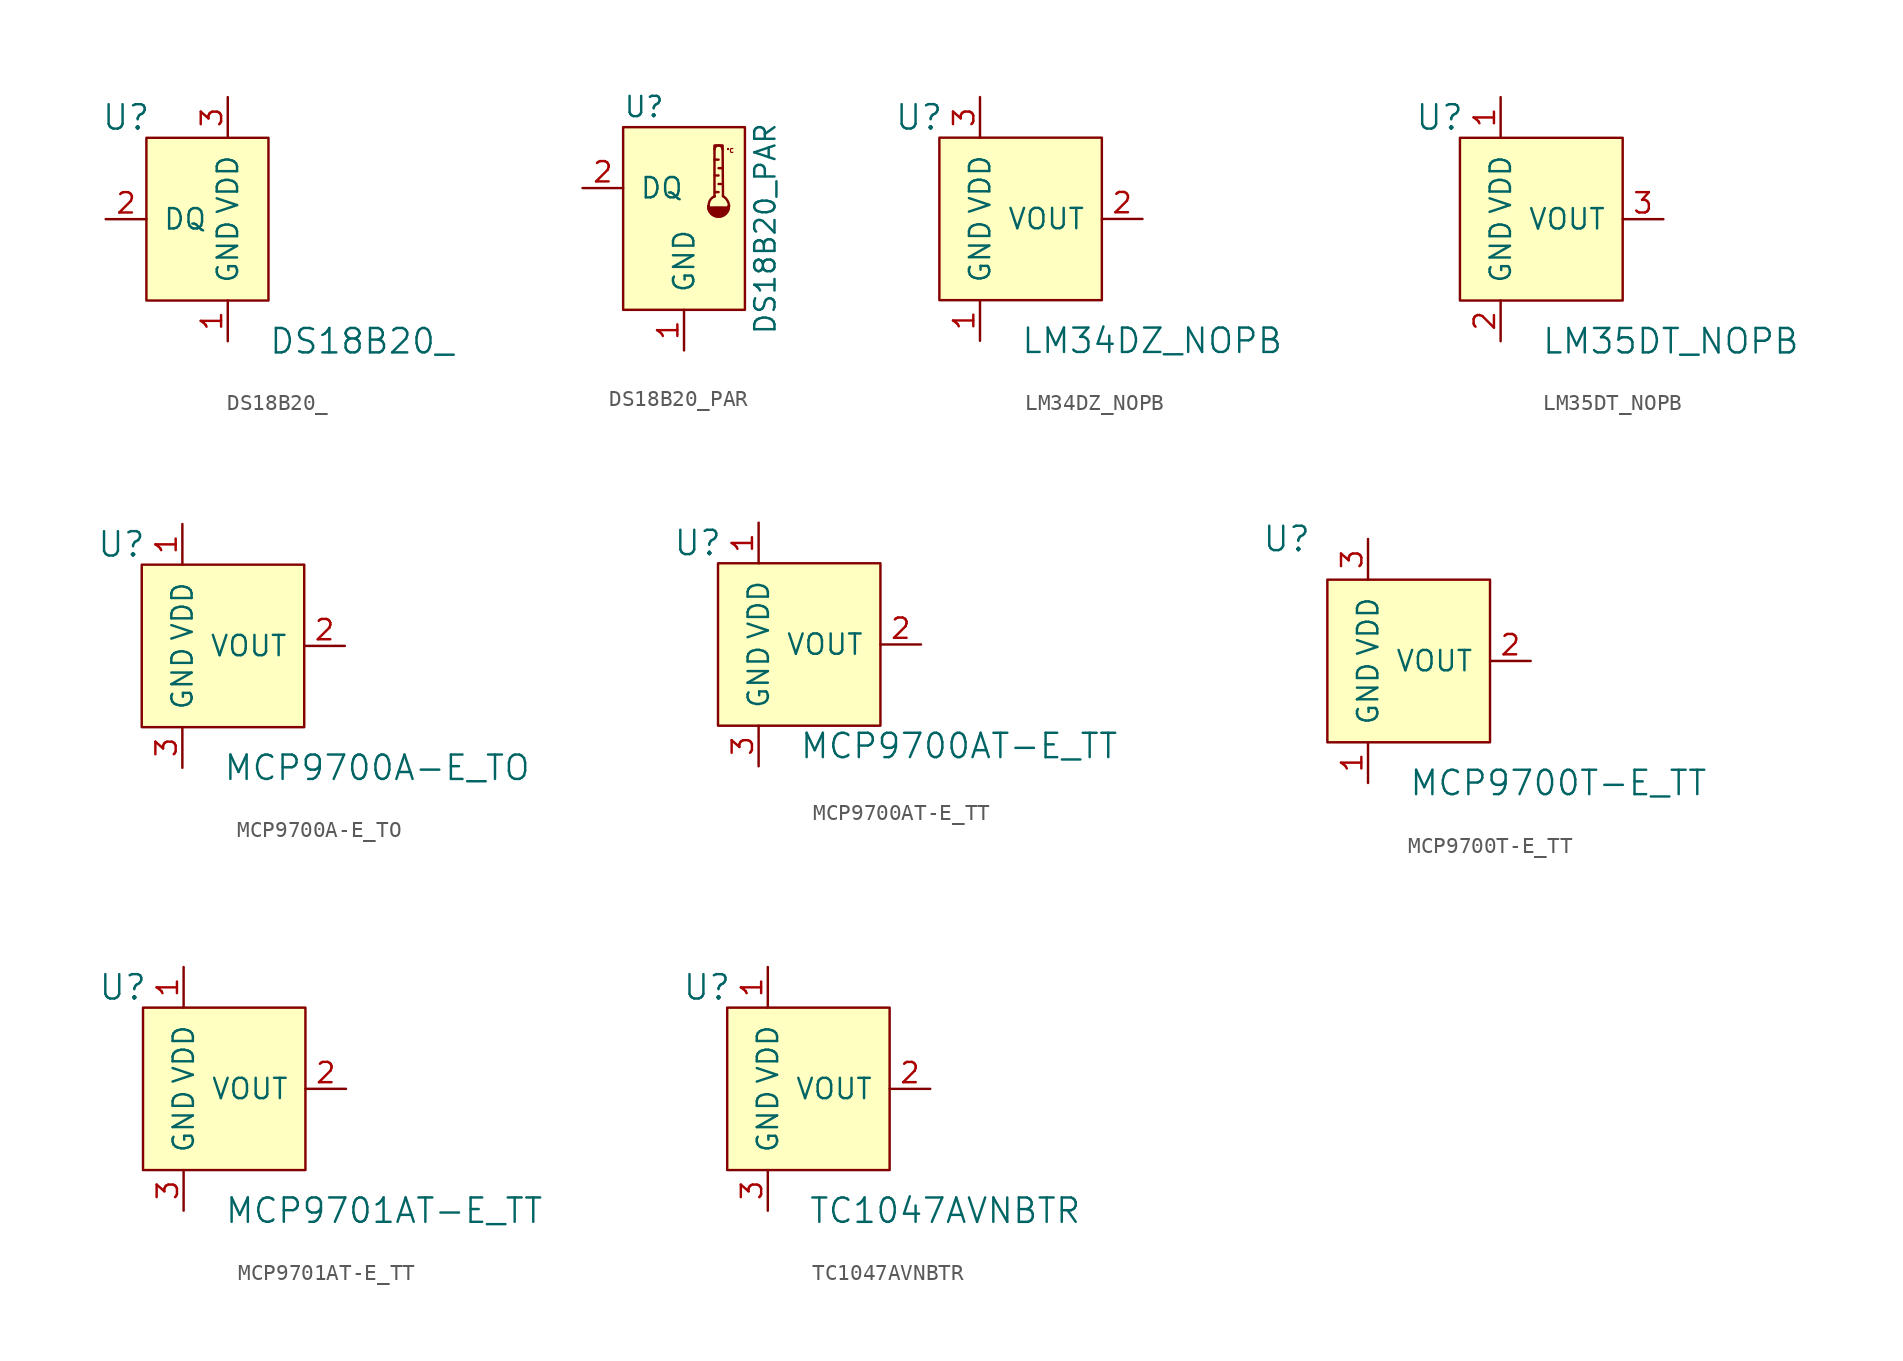
<source format=kicad_sym>
(kicad_symbol_lib
  (version 20220914)
  (generator kicad_symbol_editor)
  (symbol "DS18B20_"
    (pin_names
      (offset 1.016))
    (property "Reference" "U"
      (at -6.35 6.35 0)
      (effects (font (size 1.524 1.524))))
    (property "Value" "DS18B20_"
      (at 2.54 -7.62 0)
      (effects (font (size 1.524 1.524)) (justify left)))
    (symbol "DS18B20__0_1"
      (rectangle (start -5.08 5.08) (end 2.54 -5.08) (stroke (width 0) (type solid)) (fill (type background))))
    (symbol "DS18B20__1_1"
      (pin power_in line (at 0 -7.62 90) (length 2.54) (name "GND" (effects (font (size 1.27 1.27)))) (number "1" (effects (font (size 1.27 1.27)))))
      (pin bidirectional line (at -7.62 0 0) (length 2.54) (name "DQ" (effects (font (size 1.27 1.27)))) (number "2" (effects (font (size 1.27 1.27)))))
      (pin power_in line (at 0 7.62 270) (length 2.54) (name "VDD" (effects (font (size 1.27 1.27)))) (number "3" (effects (font (size 1.27 1.27)))))))
  (symbol "DS18B20_PAR"
    (pin_names
      (offset 1.016))
    (property "Reference" "U"
      (at -3.81 8.89 0)
      (effects (font (size 1.27 1.27)) (justify left)))
    (property "Value" "DS18B20_PAR"
      (at 5.08 1.27 90)
      (effects (font (size 1.27 1.27))))
    (symbol "DS18B20_PAR_0_1"
      (rectangle (start -3.81 -3.81) (end 3.81 7.62) (stroke (width 0) (type solid)) (fill (type background))))
    (symbol "DS18B20_PAR_1_0"
      (polyline (pts (xy 1.905 4.597) (xy 2.159 4.597)) (stroke (width 0) (type solid)) (fill (type none)))
      (polyline (pts (xy 1.93 3.556) (xy 2.159 3.556)) (stroke (width 0) (type solid)) (fill (type none)))
      (polyline (pts (xy 2.159 5.588) (xy 1.905 5.588)) (stroke (width 0) (type solid)) (fill (type none)))
      (polyline (pts (xy 2.413 4.064) (xy 2.159 4.064)) (stroke (width 0) (type solid)) (fill (type none)))
      (polyline (pts (xy 2.413 5.055) (xy 2.159 5.055)) (stroke (width 0) (type solid)) (fill (type none)))
      (polyline (pts (xy 1.905 3.277) (xy 1.905 6.477) (xy 2.413 6.477) (xy 2.438 3.302)) (stroke (width 0) (type solid)) (fill (type none)))
      (arc (start 1.524 2.667) (mid 2.159 2.0347) (end 2.794 2.667) (stroke (width 0.1778) (type solid)) (fill (type none)))
      (arc (start 1.524 2.667) (mid 2.159 2.0347) (end 2.794 2.667) (stroke (width 0.1778) (type solid)) (fill (type outline)))
      (arc (start 1.9304 3.302) (mid 1.6277 3.0477) (end 1.5494 2.667) (stroke (width 0) (type solid)) (fill (type none)))
      (arc (start 2.413 6.223) (mid 2.159 6.4759) (end 1.905 6.223) (stroke (width 0) (type solid)) (fill (type none)))
      (arc (start 2.8194 2.667) (mid 2.7121 3.0279) (end 2.4384 3.302) (stroke (width 0) (type solid)) (fill (type none)))
      (text "°C" (at 2.616 6.299 0) (effects (font (size 0.254 0.254)) (justify left top))))
    (symbol "DS18B20_PAR_1_1"
      (pin power_in line (at 0 -6.35 90) (length 2.54) (name "GND" (effects (font (size 1.27 1.27)))) (number "1" (effects (font (size 1.27 1.27)))))
      (pin bidirectional line (at -6.35 3.81 0) (length 2.54) (name "DQ" (effects (font (size 1.27 1.27)))) (number "2" (effects (font (size 1.27 1.27)))))
      (pin no_connect line (at -6.35 1.27 0) (length 2.54) hide (name "N.C." (effects (font (size 1.27 1.27)))) (number "3" (effects (font (size 1.27 1.27)))))))
  (symbol "LM34DZ_NOPB"
    (pin_names
      (offset 1.016))
    (property "Reference" "U"
      (at -3.81 6.35 0)
      (effects (font (size 1.524 1.524))))
    (property "Value" "LM34DZ_NOPB"
      (at 2.54 -7.62 0)
      (effects (font (size 1.524 1.524)) (justify left)))
    (symbol "LM34DZ_NOPB_0_1"
      (rectangle (start 7.62 5.08) (end -2.54 -5.08) (stroke (width 0) (type solid)) (fill (type background))))
    (symbol "LM34DZ_NOPB_1_1"
      (pin power_in line (at 0 -7.62 90) (length 2.54) (name "GND" (effects (font (size 1.27 1.27)))) (number "1" (effects (font (size 1.27 1.27)))))
      (pin output line (at 10.16 0 180) (length 2.54) (name "VOUT" (effects (font (size 1.27 1.27)))) (number "2" (effects (font (size 1.27 1.27)))))
      (pin power_in line (at 0 7.62 270) (length 2.54) (name "VDD" (effects (font (size 1.27 1.27)))) (number "3" (effects (font (size 1.27 1.27)))))))
  (symbol "LM35DT_NOPB"
    (pin_names
      (offset 1.016))
    (property "Reference" "U"
      (at -3.81 6.35 0)
      (effects (font (size 1.524 1.524))))
    (property "Value" "LM35DT_NOPB"
      (at 2.54 -7.62 0)
      (effects (font (size 1.524 1.524)) (justify left)))
    (symbol "LM35DT_NOPB_0_1"
      (rectangle (start 7.62 5.08) (end -2.54 -5.08) (stroke (width 0) (type solid)) (fill (type background))))
    (symbol "LM35DT_NOPB_1_1"
      (pin power_in line (at 0 7.62 270) (length 2.54) (name "VDD" (effects (font (size 1.27 1.27)))) (number "1" (effects (font (size 1.27 1.27)))))
      (pin power_in line (at 0 -7.62 90) (length 2.54) (name "GND" (effects (font (size 1.27 1.27)))) (number "2" (effects (font (size 1.27 1.27)))))
      (pin output line (at 10.16 0 180) (length 2.54) (name "VOUT" (effects (font (size 1.27 1.27)))) (number "3" (effects (font (size 1.27 1.27)))))))
  (symbol "MCP9700A-E_TO"
    (pin_names
      (offset 1.016))
    (property "Reference" "U"
      (at -3.81 6.35 0)
      (effects (font (size 1.524 1.524))))
    (property "Value" "MCP9700A-E_TO"
      (at 2.54 -7.62 0)
      (effects (font (size 1.524 1.524)) (justify left)))
    (symbol "MCP9700A-E_TO_0_1"
      (rectangle (start 7.62 5.08) (end -2.54 -5.08) (stroke (width 0) (type solid)) (fill (type background))))
    (symbol "MCP9700A-E_TO_1_1"
      (pin power_in line (at 0 7.62 270) (length 2.54) (name "VDD" (effects (font (size 1.27 1.27)))) (number "1" (effects (font (size 1.27 1.27)))))
      (pin output line (at 10.16 0 180) (length 2.54) (name "VOUT" (effects (font (size 1.27 1.27)))) (number "2" (effects (font (size 1.27 1.27)))))
      (pin power_in line (at 0 -7.62 90) (length 2.54) (name "GND" (effects (font (size 1.27 1.27)))) (number "3" (effects (font (size 1.27 1.27)))))))
  (symbol "MCP9700AT-E_TT"
    (pin_names
      (offset 1.016))
    (property "Reference" "U"
      (at -3.81 6.35 0)
      (effects (font (size 1.524 1.524))))
    (property "Value" "MCP9700AT-E_TT"
      (at 2.54 -6.35 0)
      (effects (font (size 1.524 1.524)) (justify left)))
    (symbol "MCP9700AT-E_TT_0_1"
      (rectangle (start 7.62 5.08) (end -2.54 -5.08) (stroke (width 0) (type solid)) (fill (type background))))
    (symbol "MCP9700AT-E_TT_1_1"
      (pin power_in line (at 0 7.62 270) (length 2.54) (name "VDD" (effects (font (size 1.27 1.27)))) (number "1" (effects (font (size 1.27 1.27)))))
      (pin output line (at 10.16 0 180) (length 2.54) (name "VOUT" (effects (font (size 1.27 1.27)))) (number "2" (effects (font (size 1.27 1.27)))))
      (pin power_in line (at 0 -7.62 90) (length 2.54) (name "GND" (effects (font (size 1.27 1.27)))) (number "3" (effects (font (size 1.27 1.27)))))))
  (symbol "MCP9700T-E_TT"
    (pin_names
      (offset 1.016))
    (property "Reference" "U"
      (at -5.08 7.62 0)
      (effects (font (size 1.524 1.524))))
    (property "Value" "MCP9700T-E_TT"
      (at 2.54 -7.62 0)
      (effects (font (size 1.524 1.524)) (justify left)))
    (symbol "MCP9700T-E_TT_0_1"
      (rectangle (start 7.62 5.08) (end -2.54 -5.08) (stroke (width 0) (type solid)) (fill (type background))))
    (symbol "MCP9700T-E_TT_1_1"
      (pin power_in line (at 0 -7.62 90) (length 2.54) (name "GND" (effects (font (size 1.27 1.27)))) (number "1" (effects (font (size 1.27 1.27)))))
      (pin output line (at 10.16 0 180) (length 2.54) (name "VOUT" (effects (font (size 1.27 1.27)))) (number "2" (effects (font (size 1.27 1.27)))))
      (pin power_in line (at 0 7.62 270) (length 2.54) (name "VDD" (effects (font (size 1.27 1.27)))) (number "3" (effects (font (size 1.27 1.27)))))))
  (symbol "MCP9701AT-E_TT"
    (pin_names
      (offset 1.016))
    (property "Reference" "U"
      (at -3.81 6.35 0)
      (effects (font (size 1.524 1.524))))
    (property "Value" "MCP9701AT-E_TT"
      (at 2.54 -7.62 0)
      (effects (font (size 1.524 1.524)) (justify left)))
    (symbol "MCP9701AT-E_TT_0_1"
      (rectangle (start 7.62 5.08) (end -2.54 -5.08) (stroke (width 0) (type solid)) (fill (type background))))
    (symbol "MCP9701AT-E_TT_1_1"
      (pin power_in line (at 0 7.62 270) (length 2.54) (name "VDD" (effects (font (size 1.27 1.27)))) (number "1" (effects (font (size 1.27 1.27)))))
      (pin output line (at 10.16 0 180) (length 2.54) (name "VOUT" (effects (font (size 1.27 1.27)))) (number "2" (effects (font (size 1.27 1.27)))))
      (pin power_in line (at 0 -7.62 90) (length 2.54) (name "GND" (effects (font (size 1.27 1.27)))) (number "3" (effects (font (size 1.27 1.27)))))))
  (symbol "TC1047AVNBTR"
    (pin_names
      (offset 1.016))
    (property "Reference" "U"
      (at -6.35 6.35 0)
      (effects (font (size 1.524 1.524))))
    (property "Value" "TC1047AVNBTR"
      (at 0 -7.62 0)
      (effects (font (size 1.524 1.524)) (justify left)))
    (symbol "TC1047AVNBTR_0_1"
      (rectangle (start 5.08 5.08) (end -5.08 -5.08) (stroke (width 0) (type solid)) (fill (type background))))
    (symbol "TC1047AVNBTR_1_1"
      (pin power_in line (at -2.54 7.62 270) (length 2.54) (name "VDD" (effects (font (size 1.27 1.27)))) (number "1" (effects (font (size 1.27 1.27)))))
      (pin output line (at 7.62 0 180) (length 2.54) (name "VOUT" (effects (font (size 1.27 1.27)))) (number "2" (effects (font (size 1.27 1.27)))))
      (pin power_in line (at -2.54 -7.62 90) (length 2.54) (name "GND" (effects (font (size 1.27 1.27)))) (number "3" (effects (font (size 1.27 1.27))))))))
</source>
